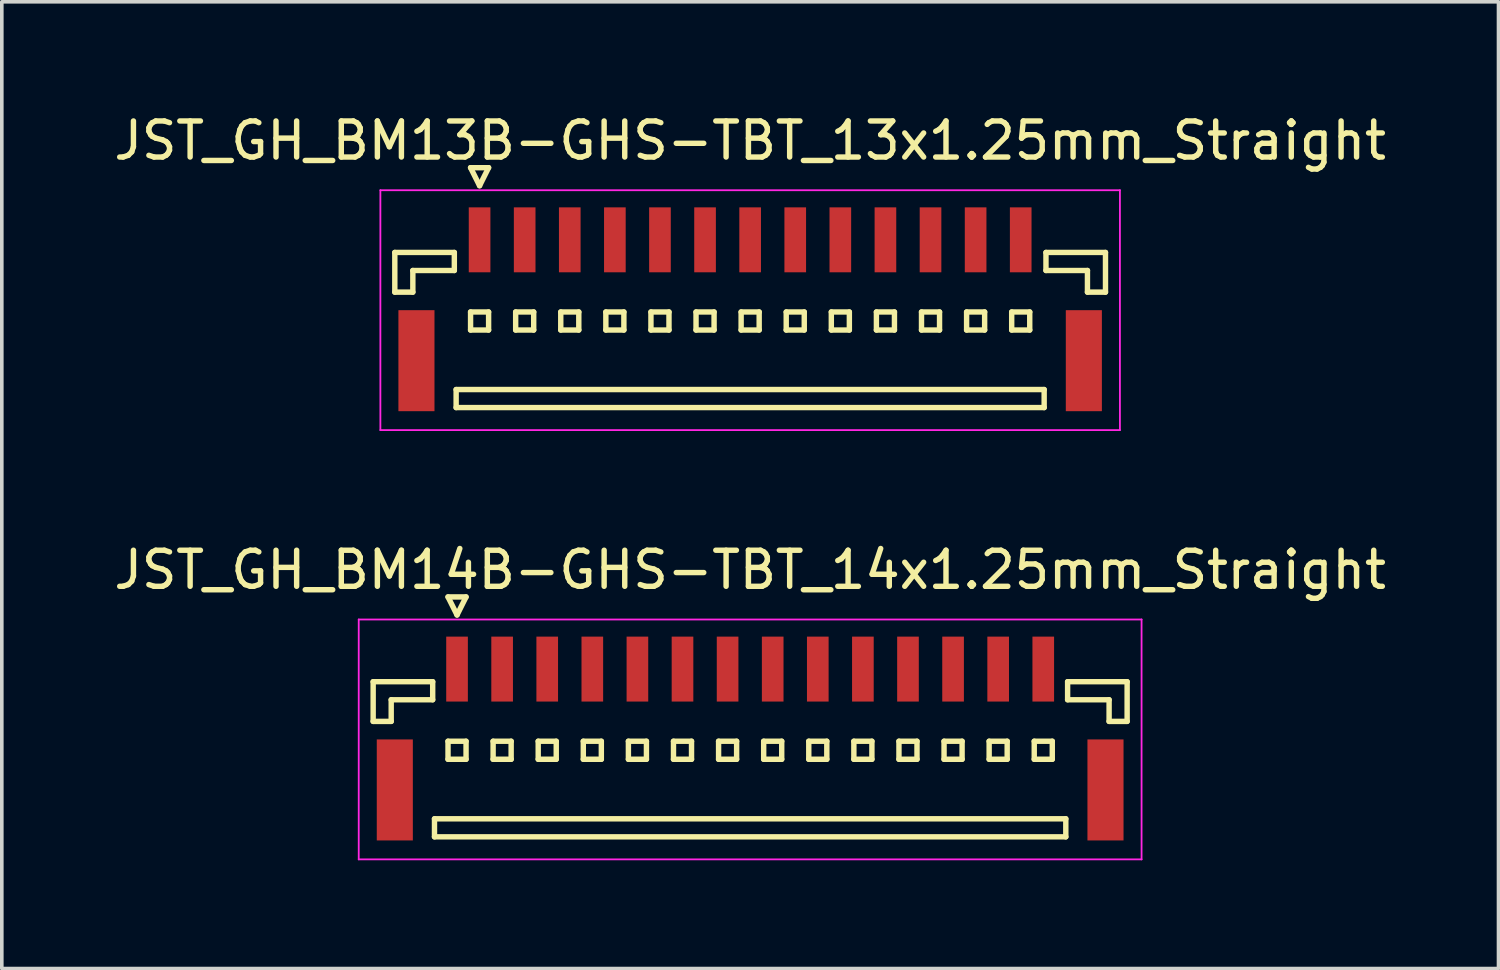
<source format=kicad_pcb>
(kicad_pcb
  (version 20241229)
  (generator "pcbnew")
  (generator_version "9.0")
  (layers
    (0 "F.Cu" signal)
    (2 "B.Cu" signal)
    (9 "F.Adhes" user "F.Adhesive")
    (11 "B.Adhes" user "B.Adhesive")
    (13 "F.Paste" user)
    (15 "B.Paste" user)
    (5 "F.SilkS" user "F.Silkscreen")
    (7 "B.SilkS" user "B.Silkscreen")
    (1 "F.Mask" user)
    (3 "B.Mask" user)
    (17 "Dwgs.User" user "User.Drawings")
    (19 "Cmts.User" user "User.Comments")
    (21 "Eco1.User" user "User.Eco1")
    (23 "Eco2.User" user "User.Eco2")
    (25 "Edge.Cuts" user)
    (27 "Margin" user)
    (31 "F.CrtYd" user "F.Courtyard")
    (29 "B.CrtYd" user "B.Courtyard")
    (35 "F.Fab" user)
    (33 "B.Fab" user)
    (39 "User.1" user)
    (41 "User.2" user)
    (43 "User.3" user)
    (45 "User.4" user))
  (footprint "JST_GH_BM14B-GHS-TBT_14x1.25mm_Straight"
    (layer "F.Cu")
    (at 17.744 17.172)
    (property "Reference" "JST_GH_BM14B-GHS-TBT_14x1.25mm_Straight" (at 0 -4.425 0) (layer "F.SilkS") (effects (font (size 1 1) (thickness 0.15))))
    (attr smd)
    (fp_line (start -10.45 -1.325) (end -8.8 -1.325) (stroke (width 0.15) (type solid)) (layer "F.SilkS"))
    (fp_line (start -10.45 -0.225) (end -10.45 -1.325) (stroke (width 0.15) (type solid)) (layer "F.SilkS"))
    (fp_line (start -9.95 -0.825) (end -9.95 -0.225) (stroke (width 0.15) (type solid)) (layer "F.SilkS"))
    (fp_line (start -9.95 -0.225) (end -10.45 -0.225) (stroke (width 0.15) (type solid)) (layer "F.SilkS"))
    (fp_line (start -8.8 -1.325) (end -8.8 -0.825) (stroke (width 0.15) (type solid)) (layer "F.SilkS"))
    (fp_line (start -8.8 -0.825) (end -9.95 -0.825) (stroke (width 0.15) (type solid)) (layer "F.SilkS"))
    (fp_line (start -8.75 2.475) (end -8.75 2.975) (stroke (width 0.15) (type solid)) (layer "F.SilkS"))
    (fp_line (start -8.75 2.975) (end 8.75 2.975) (stroke (width 0.15) (type solid)) (layer "F.SilkS"))
    (fp_line (start -8.375 -3.675) (end -7.875 -3.675) (stroke (width 0.15) (type solid)) (layer "F.SilkS"))
    (fp_line (start -8.375 0.325) (end -8.375 0.825) (stroke (width 0.15) (type solid)) (layer "F.SilkS"))
    (fp_line (start -8.375 0.825) (end -7.875 0.825) (stroke (width 0.15) (type solid)) (layer "F.SilkS"))
    (fp_line (start -8.125 -3.175) (end -8.375 -3.675) (stroke (width 0.15) (type solid)) (layer "F.SilkS"))
    (fp_line (start -7.875 -3.675) (end -8.125 -3.175) (stroke (width 0.15) (type solid)) (layer "F.SilkS"))
    (fp_line (start -7.875 0.325) (end -8.375 0.325) (stroke (width 0.15) (type solid)) (layer "F.SilkS"))
    (fp_line (start -7.875 0.825) (end -7.875 0.325) (stroke (width 0.15) (type solid)) (layer "F.SilkS"))
    (fp_line (start -7.125 0.325) (end -7.125 0.825) (stroke (width 0.15) (type solid)) (layer "F.SilkS"))
    (fp_line (start -7.125 0.825) (end -6.625 0.825) (stroke (width 0.15) (type solid)) (layer "F.SilkS"))
    (fp_line (start -6.625 0.325) (end -7.125 0.325) (stroke (width 0.15) (type solid)) (layer "F.SilkS"))
    (fp_line (start -6.625 0.825) (end -6.625 0.325) (stroke (width 0.15) (type solid)) (layer "F.SilkS"))
    (fp_line (start -5.875 0.325) (end -5.875 0.825) (stroke (width 0.15) (type solid)) (layer "F.SilkS"))
    (fp_line (start -5.875 0.825) (end -5.375 0.825) (stroke (width 0.15) (type solid)) (layer "F.SilkS"))
    (fp_line (start -5.375 0.325) (end -5.875 0.325) (stroke (width 0.15) (type solid)) (layer "F.SilkS"))
    (fp_line (start -5.375 0.825) (end -5.375 0.325) (stroke (width 0.15) (type solid)) (layer "F.SilkS"))
    (fp_line (start -4.625 0.325) (end -4.625 0.825) (stroke (width 0.15) (type solid)) (layer "F.SilkS"))
    (fp_line (start -4.625 0.825) (end -4.125 0.825) (stroke (width 0.15) (type solid)) (layer "F.SilkS"))
    (fp_line (start -4.125 0.325) (end -4.625 0.325) (stroke (width 0.15) (type solid)) (layer "F.SilkS"))
    (fp_line (start -4.125 0.825) (end -4.125 0.325) (stroke (width 0.15) (type solid)) (layer "F.SilkS"))
    (fp_line (start -3.375 0.325) (end -3.375 0.825) (stroke (width 0.15) (type solid)) (layer "F.SilkS"))
    (fp_line (start -3.375 0.825) (end -2.875 0.825) (stroke (width 0.15) (type solid)) (layer "F.SilkS"))
    (fp_line (start -2.875 0.325) (end -3.375 0.325) (stroke (width 0.15) (type solid)) (layer "F.SilkS"))
    (fp_line (start -2.875 0.825) (end -2.875 0.325) (stroke (width 0.15) (type solid)) (layer "F.SilkS"))
    (fp_line (start -2.125 0.325) (end -2.125 0.825) (stroke (width 0.15) (type solid)) (layer "F.SilkS"))
    (fp_line (start -2.125 0.825) (end -1.625 0.825) (stroke (width 0.15) (type solid)) (layer "F.SilkS"))
    (fp_line (start -1.625 0.325) (end -2.125 0.325) (stroke (width 0.15) (type solid)) (layer "F.SilkS"))
    (fp_line (start -1.625 0.825) (end -1.625 0.325) (stroke (width 0.15) (type solid)) (layer "F.SilkS"))
    (fp_line (start -0.875 0.325) (end -0.875 0.825) (stroke (width 0.15) (type solid)) (layer "F.SilkS"))
    (fp_line (start -0.875 0.825) (end -0.375 0.825) (stroke (width 0.15) (type solid)) (layer "F.SilkS"))
    (fp_line (start -0.375 0.325) (end -0.875 0.325) (stroke (width 0.15) (type solid)) (layer "F.SilkS"))
    (fp_line (start -0.375 0.825) (end -0.375 0.325) (stroke (width 0.15) (type solid)) (layer "F.SilkS"))
    (fp_line (start 0.375 0.325) (end 0.375 0.825) (stroke (width 0.15) (type solid)) (layer "F.SilkS"))
    (fp_line (start 0.375 0.825) (end 0.875 0.825) (stroke (width 0.15) (type solid)) (layer "F.SilkS"))
    (fp_line (start 0.875 0.325) (end 0.375 0.325) (stroke (width 0.15) (type solid)) (layer "F.SilkS"))
    (fp_line (start 0.875 0.825) (end 0.875 0.325) (stroke (width 0.15) (type solid)) (layer "F.SilkS"))
    (fp_line (start 1.625 0.325) (end 1.625 0.825) (stroke (width 0.15) (type solid)) (layer "F.SilkS"))
    (fp_line (start 1.625 0.825) (end 2.125 0.825) (stroke (width 0.15) (type solid)) (layer "F.SilkS"))
    (fp_line (start 2.125 0.325) (end 1.625 0.325) (stroke (width 0.15) (type solid)) (layer "F.SilkS"))
    (fp_line (start 2.125 0.825) (end 2.125 0.325) (stroke (width 0.15) (type solid)) (layer "F.SilkS"))
    (fp_line (start 2.875 0.325) (end 2.875 0.825) (stroke (width 0.15) (type solid)) (layer "F.SilkS"))
    (fp_line (start 2.875 0.825) (end 3.375 0.825) (stroke (width 0.15) (type solid)) (layer "F.SilkS"))
    (fp_line (start 3.375 0.325) (end 2.875 0.325) (stroke (width 0.15) (type solid)) (layer "F.SilkS"))
    (fp_line (start 3.375 0.825) (end 3.375 0.325) (stroke (width 0.15) (type solid)) (layer "F.SilkS"))
    (fp_line (start 4.125 0.325) (end 4.125 0.825) (stroke (width 0.15) (type solid)) (layer "F.SilkS"))
    (fp_line (start 4.125 0.825) (end 4.625 0.825) (stroke (width 0.15) (type solid)) (layer "F.SilkS"))
    (fp_line (start 4.625 0.325) (end 4.125 0.325) (stroke (width 0.15) (type solid)) (layer "F.SilkS"))
    (fp_line (start 4.625 0.825) (end 4.625 0.325) (stroke (width 0.15) (type solid)) (layer "F.SilkS"))
    (fp_line (start 5.375 0.325) (end 5.375 0.825) (stroke (width 0.15) (type solid)) (layer "F.SilkS"))
    (fp_line (start 5.375 0.825) (end 5.875 0.825) (stroke (width 0.15) (type solid)) (layer "F.SilkS"))
    (fp_line (start 5.875 0.325) (end 5.375 0.325) (stroke (width 0.15) (type solid)) (layer "F.SilkS"))
    (fp_line (start 5.875 0.825) (end 5.875 0.325) (stroke (width 0.15) (type solid)) (layer "F.SilkS"))
    (fp_line (start 6.625 0.325) (end 6.625 0.825) (stroke (width 0.15) (type solid)) (layer "F.SilkS"))
    (fp_line (start 6.625 0.825) (end 7.125 0.825) (stroke (width 0.15) (type solid)) (layer "F.SilkS"))
    (fp_line (start 7.125 0.325) (end 6.625 0.325) (stroke (width 0.15) (type solid)) (layer "F.SilkS"))
    (fp_line (start 7.125 0.825) (end 7.125 0.325) (stroke (width 0.15) (type solid)) (layer "F.SilkS"))
    (fp_line (start 7.875 0.325) (end 7.875 0.825) (stroke (width 0.15) (type solid)) (layer "F.SilkS"))
    (fp_line (start 7.875 0.825) (end 8.375 0.825) (stroke (width 0.15) (type solid)) (layer "F.SilkS"))
    (fp_line (start 8.375 0.325) (end 7.875 0.325) (stroke (width 0.15) (type solid)) (layer "F.SilkS"))
    (fp_line (start 8.375 0.825) (end 8.375 0.325) (stroke (width 0.15) (type solid)) (layer "F.SilkS"))
    (fp_line (start 8.75 2.475) (end -8.75 2.475) (stroke (width 0.15) (type solid)) (layer "F.SilkS"))
    (fp_line (start 8.75 2.975) (end 8.75 2.475) (stroke (width 0.15) (type solid)) (layer "F.SilkS"))
    (fp_line (start 8.8 -1.325) (end 8.8 -0.825) (stroke (width 0.15) (type solid)) (layer "F.SilkS"))
    (fp_line (start 8.8 -0.825) (end 9.95 -0.825) (stroke (width 0.15) (type solid)) (layer "F.SilkS"))
    (fp_line (start 9.95 -0.825) (end 9.95 -0.225) (stroke (width 0.15) (type solid)) (layer "F.SilkS"))
    (fp_line (start 9.95 -0.225) (end 10.45 -0.225) (stroke (width 0.15) (type solid)) (layer "F.SilkS"))
    (fp_line (start 10.45 -1.325) (end 8.8 -1.325) (stroke (width 0.15) (type solid)) (layer "F.SilkS"))
    (fp_line (start 10.45 -0.225) (end 10.45 -1.325) (stroke (width 0.15) (type solid)) (layer "F.SilkS"))
    (fp_line (start -10.85 -3.05) (end -10.85 3.6) (stroke (width 0.05) (type solid)) (layer "F.CrtYd"))
    (fp_line (start -10.85 3.6) (end 10.85 3.6) (stroke (width 0.05) (type solid)) (layer "F.CrtYd"))
    (fp_line (start 10.85 -3.05) (end -10.85 -3.05) (stroke (width 0.05) (type solid)) (layer "F.CrtYd"))
    (fp_line (start 10.85 3.6) (end 10.85 -3.05) (stroke (width 0.05) (type solid)) (layer "F.CrtYd"))
    (pad "" smd rect (at -9.85 1.675) (size 1 2.8) (layers "F.Cu" "F.Mask" "F.Paste"))
    (pad "" smd rect (at 9.85 1.675) (size 1 2.8) (layers "F.Cu" "F.Mask" "F.Paste"))
    (pad "1" smd rect (at -8.125 -1.675) (size 0.6 1.8) (layers "F.Cu" "F.Mask" "F.Paste"))
    (pad "2" smd rect (at -6.875 -1.675) (size 0.6 1.8) (layers "F.Cu" "F.Mask" "F.Paste"))
    (pad "3" smd rect (at -5.625 -1.675) (size 0.6 1.8) (layers "F.Cu" "F.Mask" "F.Paste"))
    (pad "4" smd rect (at -4.375 -1.675) (size 0.6 1.8) (layers "F.Cu" "F.Mask" "F.Paste"))
    (pad "5" smd rect (at -3.125 -1.675) (size 0.6 1.8) (layers "F.Cu" "F.Mask" "F.Paste"))
    (pad "6" smd rect (at -1.875 -1.675) (size 0.6 1.8) (layers "F.Cu" "F.Mask" "F.Paste"))
    (pad "7" smd rect (at -0.625 -1.675) (size 0.6 1.8) (layers "F.Cu" "F.Mask" "F.Paste"))
    (pad "8" smd rect (at 0.625 -1.675) (size 0.6 1.8) (layers "F.Cu" "F.Mask" "F.Paste"))
    (pad "9" smd rect (at 1.875 -1.675) (size 0.6 1.8) (layers "F.Cu" "F.Mask" "F.Paste"))
    (pad "10" smd rect (at 3.125 -1.675) (size 0.6 1.8) (layers "F.Cu" "F.Mask" "F.Paste"))
    (pad "11" smd rect (at 4.375 -1.675) (size 0.6 1.8) (layers "F.Cu" "F.Mask" "F.Paste"))
    (pad "12" smd rect (at 5.625 -1.675) (size 0.6 1.8) (layers "F.Cu" "F.Mask" "F.Paste"))
    (pad "13" smd rect (at 6.875 -1.675) (size 0.6 1.8) (layers "F.Cu" "F.Mask" "F.Paste"))
    (pad "14" smd rect (at 8.125 -1.675) (size 0.6 1.8) (layers "F.Cu" "F.Mask" "F.Paste")))
  (footprint "JST_GH_BM13B-GHS-TBT_13x1.25mm_Straight"
    (layer "F.Cu")
    (at 17.744 5.273)
    (property "Reference" "JST_GH_BM13B-GHS-TBT_13x1.25mm_Straight" (at 0 -4.425 0) (layer "F.SilkS") (effects (font (size 1 1) (thickness 0.15))))
    (attr smd)
    (fp_line (start -9.85 -1.325) (end -8.2 -1.325) (stroke (width 0.15) (type solid)) (layer "F.SilkS"))
    (fp_line (start -9.85 -0.225) (end -9.85 -1.325) (stroke (width 0.15) (type solid)) (layer "F.SilkS"))
    (fp_line (start -9.35 -0.825) (end -9.35 -0.225) (stroke (width 0.15) (type solid)) (layer "F.SilkS"))
    (fp_line (start -9.35 -0.225) (end -9.85 -0.225) (stroke (width 0.15) (type solid)) (layer "F.SilkS"))
    (fp_line (start -8.2 -1.325) (end -8.2 -0.825) (stroke (width 0.15) (type solid)) (layer "F.SilkS"))
    (fp_line (start -8.2 -0.825) (end -9.35 -0.825) (stroke (width 0.15) (type solid)) (layer "F.SilkS"))
    (fp_line (start -8.15 2.475) (end -8.15 2.975) (stroke (width 0.15) (type solid)) (layer "F.SilkS"))
    (fp_line (start -8.15 2.975) (end 8.15 2.975) (stroke (width 0.15) (type solid)) (layer "F.SilkS"))
    (fp_line (start -7.75 -3.675) (end -7.25 -3.675) (stroke (width 0.15) (type solid)) (layer "F.SilkS"))
    (fp_line (start -7.75 0.325) (end -7.75 0.825) (stroke (width 0.15) (type solid)) (layer "F.SilkS"))
    (fp_line (start -7.75 0.825) (end -7.25 0.825) (stroke (width 0.15) (type solid)) (layer "F.SilkS"))
    (fp_line (start -7.5 -3.175) (end -7.75 -3.675) (stroke (width 0.15) (type solid)) (layer "F.SilkS"))
    (fp_line (start -7.25 -3.675) (end -7.5 -3.175) (stroke (width 0.15) (type solid)) (layer "F.SilkS"))
    (fp_line (start -7.25 0.325) (end -7.75 0.325) (stroke (width 0.15) (type solid)) (layer "F.SilkS"))
    (fp_line (start -7.25 0.825) (end -7.25 0.325) (stroke (width 0.15) (type solid)) (layer "F.SilkS"))
    (fp_line (start -6.5 0.325) (end -6.5 0.825) (stroke (width 0.15) (type solid)) (layer "F.SilkS"))
    (fp_line (start -6.5 0.825) (end -6 0.825) (stroke (width 0.15) (type solid)) (layer "F.SilkS"))
    (fp_line (start -6 0.325) (end -6.5 0.325) (stroke (width 0.15) (type solid)) (layer "F.SilkS"))
    (fp_line (start -6 0.825) (end -6 0.325) (stroke (width 0.15) (type solid)) (layer "F.SilkS"))
    (fp_line (start -5.25 0.325) (end -5.25 0.825) (stroke (width 0.15) (type solid)) (layer "F.SilkS"))
    (fp_line (start -5.25 0.825) (end -4.75 0.825) (stroke (width 0.15) (type solid)) (layer "F.SilkS"))
    (fp_line (start -4.75 0.325) (end -5.25 0.325) (stroke (width 0.15) (type solid)) (layer "F.SilkS"))
    (fp_line (start -4.75 0.825) (end -4.75 0.325) (stroke (width 0.15) (type solid)) (layer "F.SilkS"))
    (fp_line (start -4 0.325) (end -4 0.825) (stroke (width 0.15) (type solid)) (layer "F.SilkS"))
    (fp_line (start -4 0.825) (end -3.5 0.825) (stroke (width 0.15) (type solid)) (layer "F.SilkS"))
    (fp_line (start -3.5 0.325) (end -4 0.325) (stroke (width 0.15) (type solid)) (layer "F.SilkS"))
    (fp_line (start -3.5 0.825) (end -3.5 0.325) (stroke (width 0.15) (type solid)) (layer "F.SilkS"))
    (fp_line (start -2.75 0.325) (end -2.75 0.825) (stroke (width 0.15) (type solid)) (layer "F.SilkS"))
    (fp_line (start -2.75 0.825) (end -2.25 0.825) (stroke (width 0.15) (type solid)) (layer "F.SilkS"))
    (fp_line (start -2.25 0.325) (end -2.75 0.325) (stroke (width 0.15) (type solid)) (layer "F.SilkS"))
    (fp_line (start -2.25 0.825) (end -2.25 0.325) (stroke (width 0.15) (type solid)) (layer "F.SilkS"))
    (fp_line (start -1.5 0.325) (end -1.5 0.825) (stroke (width 0.15) (type solid)) (layer "F.SilkS"))
    (fp_line (start -1.5 0.825) (end -1 0.825) (stroke (width 0.15) (type solid)) (layer "F.SilkS"))
    (fp_line (start -1 0.325) (end -1.5 0.325) (stroke (width 0.15) (type solid)) (layer "F.SilkS"))
    (fp_line (start -1 0.825) (end -1 0.325) (stroke (width 0.15) (type solid)) (layer "F.SilkS"))
    (fp_line (start -0.25 0.325) (end -0.25 0.825) (stroke (width 0.15) (type solid)) (layer "F.SilkS"))
    (fp_line (start -0.25 0.825) (end 0.25 0.825) (stroke (width 0.15) (type solid)) (layer "F.SilkS"))
    (fp_line (start 0.25 0.325) (end -0.25 0.325) (stroke (width 0.15) (type solid)) (layer "F.SilkS"))
    (fp_line (start 0.25 0.825) (end 0.25 0.325) (stroke (width 0.15) (type solid)) (layer "F.SilkS"))
    (fp_line (start 1 0.325) (end 1 0.825) (stroke (width 0.15) (type solid)) (layer "F.SilkS"))
    (fp_line (start 1 0.825) (end 1.5 0.825) (stroke (width 0.15) (type solid)) (layer "F.SilkS"))
    (fp_line (start 1.5 0.325) (end 1 0.325) (stroke (width 0.15) (type solid)) (layer "F.SilkS"))
    (fp_line (start 1.5 0.825) (end 1.5 0.325) (stroke (width 0.15) (type solid)) (layer "F.SilkS"))
    (fp_line (start 2.25 0.325) (end 2.25 0.825) (stroke (width 0.15) (type solid)) (layer "F.SilkS"))
    (fp_line (start 2.25 0.825) (end 2.75 0.825) (stroke (width 0.15) (type solid)) (layer "F.SilkS"))
    (fp_line (start 2.75 0.325) (end 2.25 0.325) (stroke (width 0.15) (type solid)) (layer "F.SilkS"))
    (fp_line (start 2.75 0.825) (end 2.75 0.325) (stroke (width 0.15) (type solid)) (layer "F.SilkS"))
    (fp_line (start 3.5 0.325) (end 3.5 0.825) (stroke (width 0.15) (type solid)) (layer "F.SilkS"))
    (fp_line (start 3.5 0.825) (end 4 0.825) (stroke (width 0.15) (type solid)) (layer "F.SilkS"))
    (fp_line (start 4 0.325) (end 3.5 0.325) (stroke (width 0.15) (type solid)) (layer "F.SilkS"))
    (fp_line (start 4 0.825) (end 4 0.325) (stroke (width 0.15) (type solid)) (layer "F.SilkS"))
    (fp_line (start 4.75 0.325) (end 4.75 0.825) (stroke (width 0.15) (type solid)) (layer "F.SilkS"))
    (fp_line (start 4.75 0.825) (end 5.25 0.825) (stroke (width 0.15) (type solid)) (layer "F.SilkS"))
    (fp_line (start 5.25 0.325) (end 4.75 0.325) (stroke (width 0.15) (type solid)) (layer "F.SilkS"))
    (fp_line (start 5.25 0.825) (end 5.25 0.325) (stroke (width 0.15) (type solid)) (layer "F.SilkS"))
    (fp_line (start 6 0.325) (end 6 0.825) (stroke (width 0.15) (type solid)) (layer "F.SilkS"))
    (fp_line (start 6 0.825) (end 6.5 0.825) (stroke (width 0.15) (type solid)) (layer "F.SilkS"))
    (fp_line (start 6.5 0.325) (end 6 0.325) (stroke (width 0.15) (type solid)) (layer "F.SilkS"))
    (fp_line (start 6.5 0.825) (end 6.5 0.325) (stroke (width 0.15) (type solid)) (layer "F.SilkS"))
    (fp_line (start 7.25 0.325) (end 7.25 0.825) (stroke (width 0.15) (type solid)) (layer "F.SilkS"))
    (fp_line (start 7.25 0.825) (end 7.75 0.825) (stroke (width 0.15) (type solid)) (layer "F.SilkS"))
    (fp_line (start 7.75 0.325) (end 7.25 0.325) (stroke (width 0.15) (type solid)) (layer "F.SilkS"))
    (fp_line (start 7.75 0.825) (end 7.75 0.325) (stroke (width 0.15) (type solid)) (layer "F.SilkS"))
    (fp_line (start 8.15 2.475) (end -8.15 2.475) (stroke (width 0.15) (type solid)) (layer "F.SilkS"))
    (fp_line (start 8.15 2.975) (end 8.15 2.475) (stroke (width 0.15) (type solid)) (layer "F.SilkS"))
    (fp_line (start 8.2 -1.325) (end 8.2 -0.825) (stroke (width 0.15) (type solid)) (layer "F.SilkS"))
    (fp_line (start 8.2 -0.825) (end 9.35 -0.825) (stroke (width 0.15) (type solid)) (layer "F.SilkS"))
    (fp_line (start 9.35 -0.825) (end 9.35 -0.225) (stroke (width 0.15) (type solid)) (layer "F.SilkS"))
    (fp_line (start 9.35 -0.225) (end 9.85 -0.225) (stroke (width 0.15) (type solid)) (layer "F.SilkS"))
    (fp_line (start 9.85 -1.325) (end 8.2 -1.325) (stroke (width 0.15) (type solid)) (layer "F.SilkS"))
    (fp_line (start 9.85 -0.225) (end 9.85 -1.325) (stroke (width 0.15) (type solid)) (layer "F.SilkS"))
    (fp_line (start -10.25 -3.05) (end -10.25 3.6) (stroke (width 0.05) (type solid)) (layer "F.CrtYd"))
    (fp_line (start -10.25 3.6) (end 10.25 3.6) (stroke (width 0.05) (type solid)) (layer "F.CrtYd"))
    (fp_line (start 10.25 -3.05) (end -10.25 -3.05) (stroke (width 0.05) (type solid)) (layer "F.CrtYd"))
    (fp_line (start 10.25 3.6) (end 10.25 -3.05) (stroke (width 0.05) (type solid)) (layer "F.CrtYd"))
    (pad "" smd rect (at -9.25 1.675) (size 1 2.8) (layers "F.Cu" "F.Mask" "F.Paste"))
    (pad "" smd rect (at 9.25 1.675) (size 1 2.8) (layers "F.Cu" "F.Mask" "F.Paste"))
    (pad "1" smd rect (at -7.5 -1.675) (size 0.6 1.8) (layers "F.Cu" "F.Mask" "F.Paste"))
    (pad "2" smd rect (at -6.25 -1.675) (size 0.6 1.8) (layers "F.Cu" "F.Mask" "F.Paste"))
    (pad "3" smd rect (at -5 -1.675) (size 0.6 1.8) (layers "F.Cu" "F.Mask" "F.Paste"))
    (pad "4" smd rect (at -3.75 -1.675) (size 0.6 1.8) (layers "F.Cu" "F.Mask" "F.Paste"))
    (pad "5" smd rect (at -2.5 -1.675) (size 0.6 1.8) (layers "F.Cu" "F.Mask" "F.Paste"))
    (pad "6" smd rect (at -1.25 -1.675) (size 0.6 1.8) (layers "F.Cu" "F.Mask" "F.Paste"))
    (pad "7" smd rect (at 0 -1.675) (size 0.6 1.8) (layers "F.Cu" "F.Mask" "F.Paste"))
    (pad "8" smd rect (at 1.25 -1.675) (size 0.6 1.8) (layers "F.Cu" "F.Mask" "F.Paste"))
    (pad "9" smd rect (at 2.5 -1.675) (size 0.6 1.8) (layers "F.Cu" "F.Mask" "F.Paste"))
    (pad "10" smd rect (at 3.75 -1.675) (size 0.6 1.8) (layers "F.Cu" "F.Mask" "F.Paste"))
    (pad "11" smd rect (at 5 -1.675) (size 0.6 1.8) (layers "F.Cu" "F.Mask" "F.Paste"))
    (pad "12" smd rect (at 6.25 -1.675) (size 0.6 1.8) (layers "F.Cu" "F.Mask" "F.Paste"))
    (pad "13" smd rect (at 7.5 -1.675) (size 0.6 1.8) (layers "F.Cu" "F.Mask" "F.Paste")))
  (gr_rect
    (start -3 -3)
    (end 38.488 23.797)
    (stroke (width 0.1) (type default))
    (fill no)
    (layer "Edge.Cuts")))
</source>
